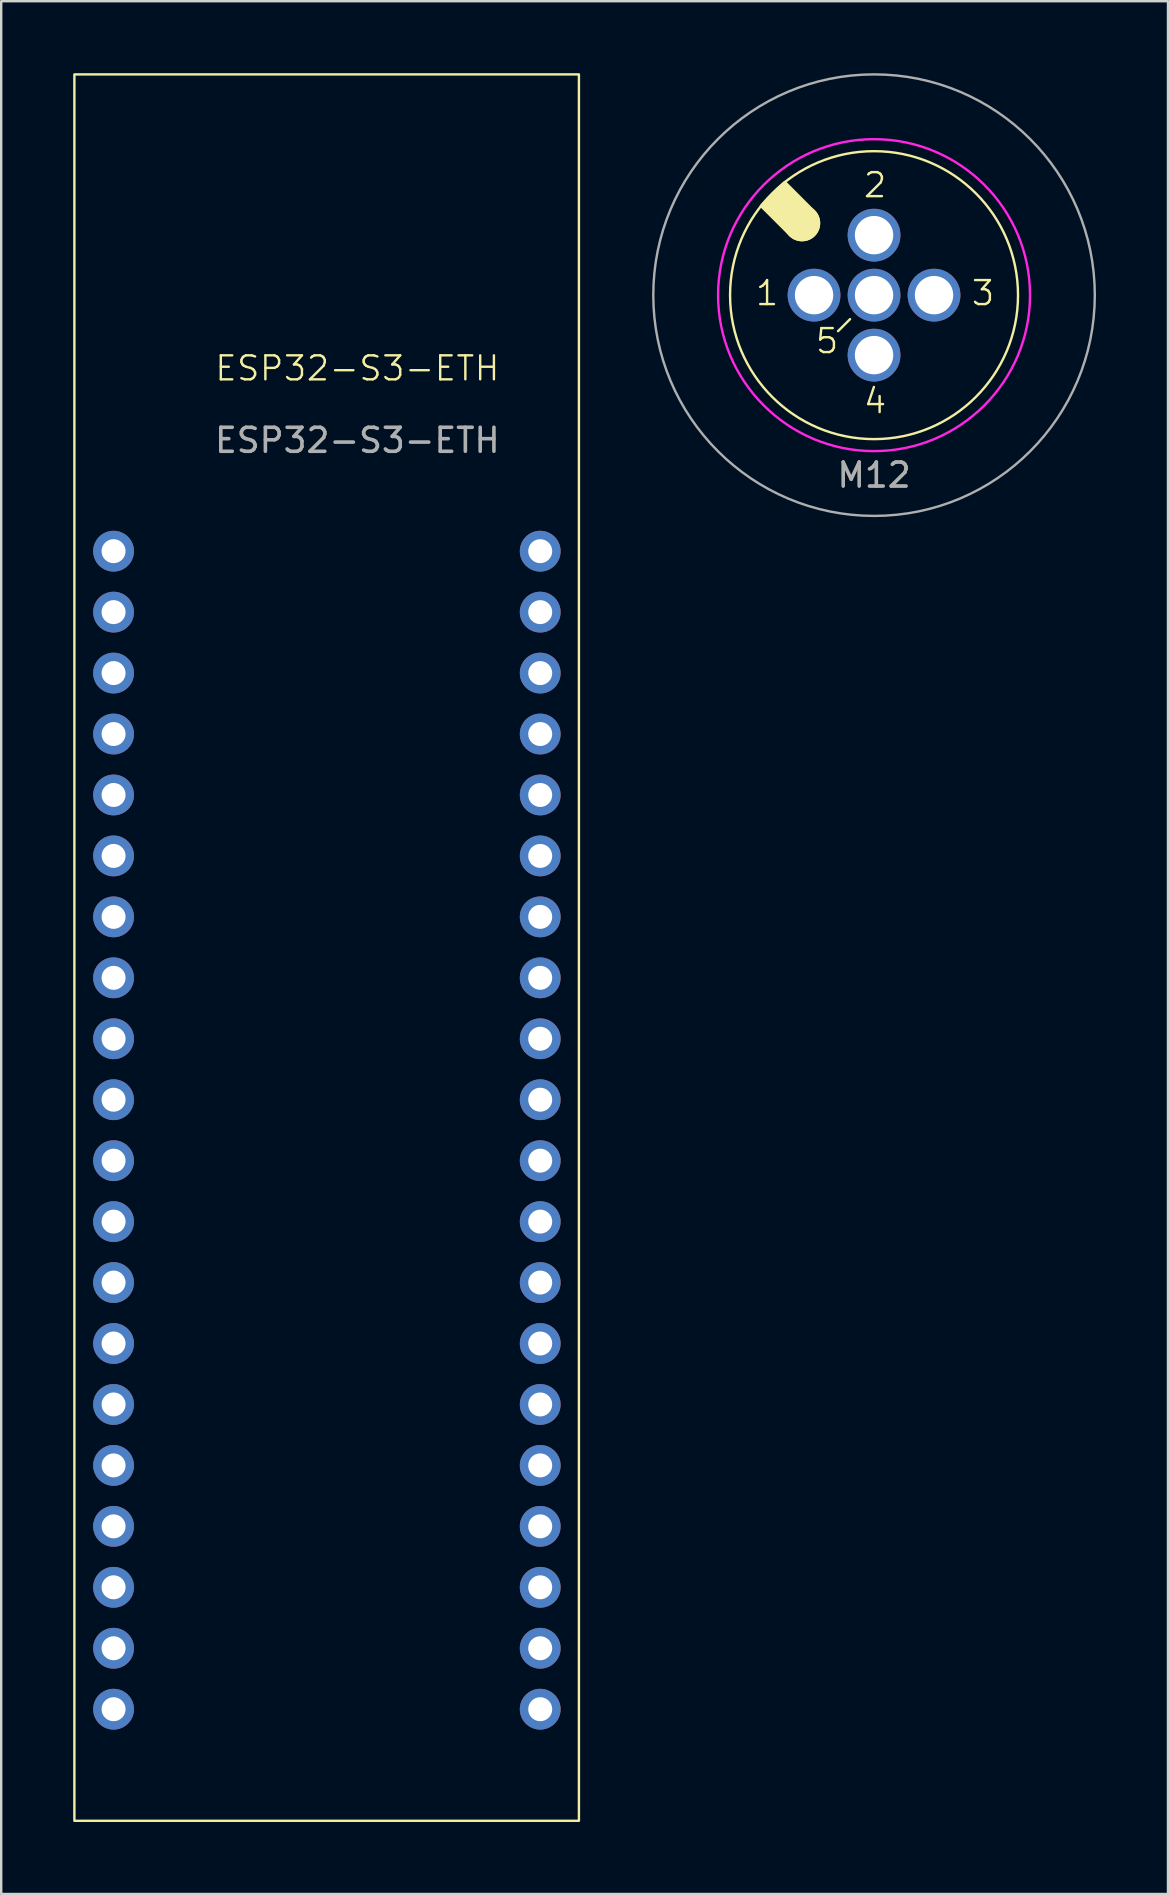
<source format=kicad_pcb>
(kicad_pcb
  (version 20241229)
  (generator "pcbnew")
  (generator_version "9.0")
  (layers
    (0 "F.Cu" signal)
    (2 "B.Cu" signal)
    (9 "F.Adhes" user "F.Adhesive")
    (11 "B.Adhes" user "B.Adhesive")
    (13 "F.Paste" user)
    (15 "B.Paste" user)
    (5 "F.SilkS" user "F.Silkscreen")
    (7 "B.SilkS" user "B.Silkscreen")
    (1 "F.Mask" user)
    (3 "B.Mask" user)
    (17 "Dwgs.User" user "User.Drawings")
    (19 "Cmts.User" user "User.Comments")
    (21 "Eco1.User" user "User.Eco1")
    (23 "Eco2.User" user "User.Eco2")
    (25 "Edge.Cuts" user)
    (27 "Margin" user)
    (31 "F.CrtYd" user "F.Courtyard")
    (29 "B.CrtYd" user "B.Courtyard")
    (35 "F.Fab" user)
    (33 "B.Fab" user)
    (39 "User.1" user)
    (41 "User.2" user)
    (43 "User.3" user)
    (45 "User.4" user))
  (footprint "M12"
    (layer "F.Cu")
    (at 33.375 9.25)
    (property "Reference" "M12" (at 0 7.5 0) (unlocked yes) (layer "F.SilkS") (effects (font (size 1 1) (thickness 0.1))))
    (attr through_hole)
    (fp_line (start -3.713 -4.713) (end -4.713 -3.713) (stroke (width 0.1) (type default)) (layer "F.SilkS"))
    (fp_line (start -1 1) (end -1.5 1.5) (stroke (width 0.1) (type default)) (layer "F.SilkS"))
    (fp_arc (start -2.544149 -3.540556) (mid -2.47925 -2.521648) (end -3.500002 -2.5) (stroke (width 0.1) (type solid)) (layer "F.SilkS"))
    (fp_circle (center -3 -3) (end -2.293 -3) (stroke (width 0.1) (type solid)) (fill yes) (layer "F.SilkS"))
    (fp_circle (center 0 0) (end 6 0) (stroke (width 0.1) (type solid)) (fill no) (layer "F.SilkS"))
    (fp_poly (pts (xy -2.544 -3.541) (xy -3.5 -2.5) (xy -4.713 -3.713) (xy -3.713 -4.713)) (stroke (width 0.1) (type solid)) (fill yes) (layer "F.SilkS"))
    (fp_circle (center 0 0) (end 6.5 0) (stroke (width 0.1) (type solid)) (fill no) (layer "F.CrtYd"))
    (fp_circle (center 0 0) (end 9.2 0) (stroke (width 0.1) (type solid)) (fill no) (layer "F.Fab"))
    (fp_text user "3" (at 4 0.5 0) (unlocked yes) (layer "F.SilkS") (effects (font (size 1 1) (thickness 0.1)) (justify left bottom)))
    (fp_text user "2" (at -0.5 -4 0) (unlocked yes) (layer "F.SilkS") (effects (font (size 1 1) (thickness 0.1)) (justify left bottom)))
    (fp_text user "4" (at -0.5 5 0) (unlocked yes) (layer "F.SilkS") (effects (font (size 1 1) (thickness 0.1)) (justify left bottom)))
    (fp_text user "1" (at -5 0.5 0) (unlocked yes) (layer "F.SilkS") (effects (font (size 1 1) (thickness 0.1)) (justify left bottom)))
    (fp_text user "5" (at -2.5 2.5 0) (unlocked yes) (layer "F.SilkS") (effects (font (size 1 1) (thickness 0.1)) (justify left bottom)))
    (fp_text user "${REFERENCE}" (at 0 7.5 0) (unlocked yes) (layer "F.Fab") (effects (font (size 1 1) (thickness 0.15))))
    (pad "1" thru_hole circle (at -2.5 0) (size 2.2 2.2) (drill 1.6) (layers "*.Cu" "*.Mask"))
    (pad "2" thru_hole circle (at 0 -2.5) (size 2.2 2.2) (drill 1.6) (layers "*.Cu" "*.Mask"))
    (pad "3" thru_hole circle (at 2.5 0) (size 2.2 2.2) (drill 1.6) (layers "*.Cu" "*.Mask"))
    (pad "4" thru_hole circle (at 0 2.5) (size 2.2 2.2) (drill 1.6) (layers "*.Cu" "*.Mask"))
    (pad "5" thru_hole circle (at 0 0) (size 2.2 2.2) (drill 1.6) (layers "*.Cu" "*.Mask")))
  (footprint "ESP32-S3-ETH"
    (layer "F.Cu")
    (at 10.573 19.92)
    (property "Reference" "ESP32-S3-ETH" (at 1.27 -7.62 0) (unlocked yes) (layer "F.SilkS") (effects (font (size 1 1) (thickness 0.1))))
    (attr smd)
    (fp_rect (start -10.523 -19.87) (end 10.503 52.91) (stroke (width 0.1) (type default)) (fill no) (layer "F.SilkS"))
    (fp_text user "${REFERENCE}" (at 1.27 -4.62 0) (unlocked yes) (layer "F.Fab") (effects (font (size 1 1) (thickness 0.15))))
    (pad "1" thru_hole circle (at -8.89 0) (size 1.7 1.7) (drill 1) (layers "*.Cu" "*.Mask"))
    (pad "2" thru_hole circle (at -8.89 2.54) (size 1.7 1.7) (drill 1) (layers "*.Cu" "*.Mask"))
    (pad "3" thru_hole circle (at -8.89 5.08) (size 1.7 1.7) (drill 1) (layers "*.Cu" "*.Mask"))
    (pad "4" thru_hole circle (at -8.89 7.62) (size 1.7 1.7) (drill 1) (layers "*.Cu" "*.Mask"))
    (pad "5" thru_hole circle (at -8.89 10.16) (size 1.7 1.7) (drill 1) (layers "*.Cu" "*.Mask"))
    (pad "6" thru_hole circle (at -8.89 12.7) (size 1.7 1.7) (drill 1) (layers "*.Cu" "*.Mask"))
    (pad "7" thru_hole circle (at -8.89 15.24) (size 1.7 1.7) (drill 1) (layers "*.Cu" "*.Mask"))
    (pad "8" thru_hole circle (at -8.89 17.78) (size 1.7 1.7) (drill 1) (layers "*.Cu" "*.Mask"))
    (pad "9" thru_hole circle (at -8.89 20.32) (size 1.7 1.7) (drill 1) (layers "*.Cu" "*.Mask"))
    (pad "10" thru_hole circle (at -8.89 22.86) (size 1.7 1.7) (drill 1) (layers "*.Cu" "*.Mask"))
    (pad "11" thru_hole circle (at -8.89 25.4) (size 1.7 1.7) (drill 1) (layers "*.Cu" "*.Mask"))
    (pad "12" thru_hole circle (at -8.89 27.94) (size 1.7 1.7) (drill 1) (layers "*.Cu" "*.Mask"))
    (pad "13" thru_hole circle (at -8.89 30.48) (size 1.7 1.7) (drill 1) (layers "*.Cu" "*.Mask"))
    (pad "14" thru_hole circle (at -8.89 33.02) (size 1.7 1.7) (drill 1) (layers "*.Cu" "*.Mask"))
    (pad "15" thru_hole circle (at -8.89 35.56) (size 1.7 1.7) (drill 1) (layers "*.Cu" "*.Mask"))
    (pad "16" thru_hole circle (at -8.89 38.1) (size 1.7 1.7) (drill 1) (layers "*.Cu" "*.Mask"))
    (pad "17" thru_hole circle (at -8.89 40.64) (size 1.7 1.7) (drill 1) (layers "*.Cu" "*.Mask"))
    (pad "18" thru_hole circle (at -8.89 43.18) (size 1.7 1.7) (drill 1) (layers "*.Cu" "*.Mask"))
    (pad "19" thru_hole circle (at -8.89 45.72) (size 1.7 1.7) (drill 1) (layers "*.Cu" "*.Mask"))
    (pad "20" thru_hole circle (at -8.89 48.26) (size 1.7 1.7) (drill 1) (layers "*.Cu" "*.Mask"))
    (pad "21" thru_hole circle (at 8.89 48.26) (size 1.7 1.7) (drill 1) (layers "*.Cu" "*.Mask"))
    (pad "22" thru_hole circle (at 8.89 45.72) (size 1.7 1.7) (drill 1) (layers "*.Cu" "*.Mask"))
    (pad "23" thru_hole circle (at 8.89 43.18) (size 1.7 1.7) (drill 1) (layers "*.Cu" "*.Mask"))
    (pad "24" thru_hole circle (at 8.89 40.64) (size 1.7 1.7) (drill 1) (layers "*.Cu" "*.Mask"))
    (pad "25" thru_hole circle (at 8.89 38.1) (size 1.7 1.7) (drill 1) (layers "*.Cu" "*.Mask"))
    (pad "26" thru_hole circle (at 8.89 35.56) (size 1.7 1.7) (drill 1) (layers "*.Cu" "*.Mask"))
    (pad "27" thru_hole circle (at 8.89 33.02) (size 1.7 1.7) (drill 1) (layers "*.Cu" "*.Mask"))
    (pad "28" thru_hole circle (at 8.89 30.48) (size 1.7 1.7) (drill 1) (layers "*.Cu" "*.Mask"))
    (pad "29" thru_hole circle (at 8.89 27.94) (size 1.7 1.7) (drill 1) (layers "*.Cu" "*.Mask"))
    (pad "30" thru_hole circle (at 8.89 25.4) (size 1.7 1.7) (drill 1) (layers "*.Cu" "*.Mask"))
    (pad "31" thru_hole circle (at 8.89 22.86) (size 1.7 1.7) (drill 1) (layers "*.Cu" "*.Mask"))
    (pad "32" thru_hole circle (at 8.89 20.32) (size 1.7 1.7) (drill 1) (layers "*.Cu" "*.Mask"))
    (pad "33" thru_hole circle (at 8.89 17.78) (size 1.7 1.7) (drill 1) (layers "*.Cu" "*.Mask"))
    (pad "34" thru_hole circle (at 8.89 15.24) (size 1.7 1.7) (drill 1) (layers "*.Cu" "*.Mask"))
    (pad "35" thru_hole circle (at 8.89 12.7) (size 1.7 1.7) (drill 1) (layers "*.Cu" "*.Mask"))
    (pad "36" thru_hole circle (at 8.89 10.16) (size 1.7 1.7) (drill 1) (layers "*.Cu" "*.Mask"))
    (pad "37" thru_hole circle (at 8.89 7.62) (size 1.7 1.7) (drill 1) (layers "*.Cu" "*.Mask"))
    (pad "38" thru_hole circle (at 8.89 5.08) (size 1.7 1.7) (drill 1) (layers "*.Cu" "*.Mask"))
    (pad "39" thru_hole circle (at 8.89 2.54) (size 1.7 1.7) (drill 1) (layers "*.Cu" "*.Mask"))
    (pad "40" thru_hole circle (at 8.89 0) (size 1.7 1.7) (drill 1) (layers "*.Cu" "*.Mask")))
  (gr_rect
    (start -3 -3)
    (end 45.625 75.88)
    (stroke (width 0.1) (type default))
    (fill no)
    (layer "Edge.Cuts")))
</source>
